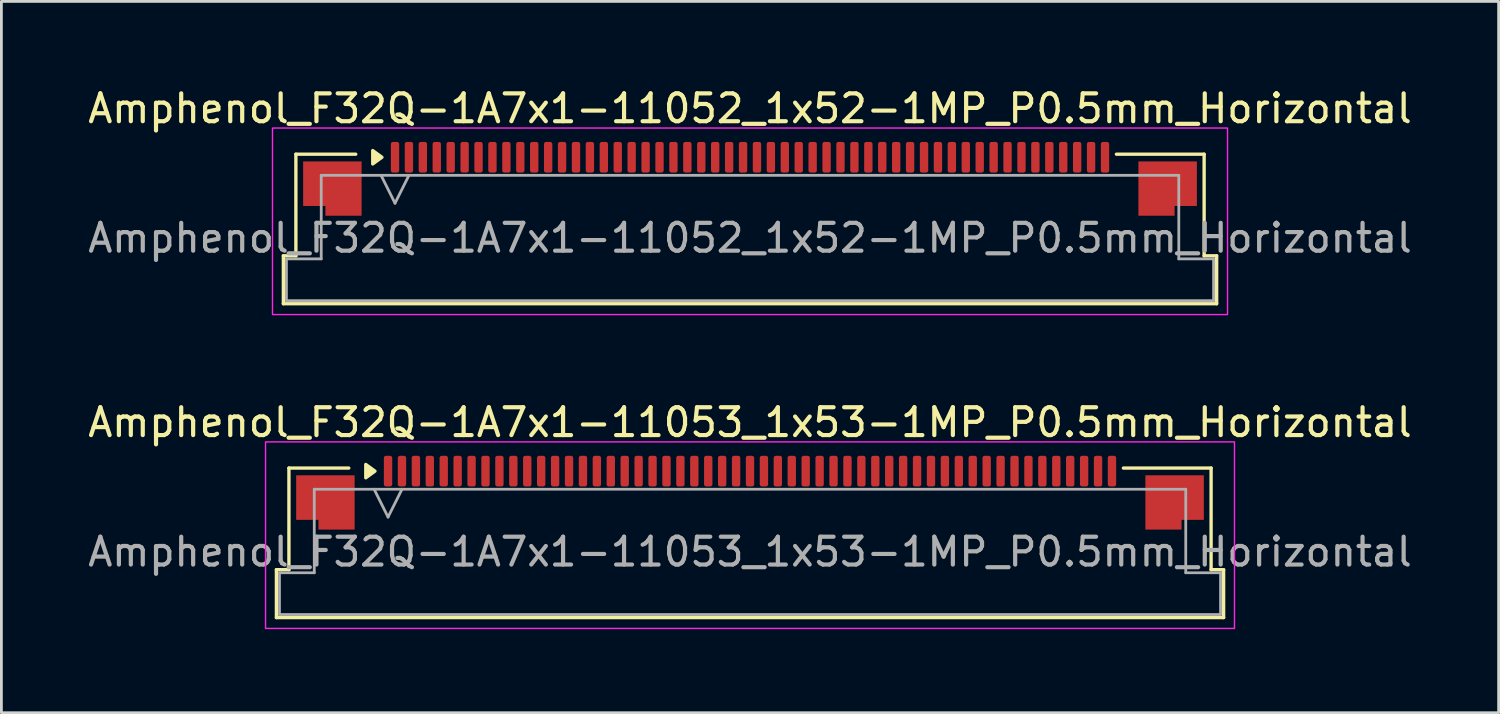
<source format=kicad_pcb>
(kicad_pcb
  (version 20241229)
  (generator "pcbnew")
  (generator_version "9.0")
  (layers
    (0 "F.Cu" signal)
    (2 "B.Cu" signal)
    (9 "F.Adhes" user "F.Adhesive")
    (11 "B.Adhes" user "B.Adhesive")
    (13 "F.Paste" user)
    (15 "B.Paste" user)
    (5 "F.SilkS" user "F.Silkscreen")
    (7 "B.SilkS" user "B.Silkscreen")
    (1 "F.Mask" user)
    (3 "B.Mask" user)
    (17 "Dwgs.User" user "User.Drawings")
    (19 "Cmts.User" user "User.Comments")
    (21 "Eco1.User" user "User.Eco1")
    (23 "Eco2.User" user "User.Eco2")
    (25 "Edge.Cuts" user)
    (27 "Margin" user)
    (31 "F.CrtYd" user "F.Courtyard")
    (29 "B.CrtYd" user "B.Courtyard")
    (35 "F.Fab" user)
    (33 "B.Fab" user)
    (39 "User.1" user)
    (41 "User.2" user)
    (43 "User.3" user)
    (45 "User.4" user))
  (footprint "Amphenol_F32Q-1A7x1-11053_1x53-1MP_P0.5mm_Horizontal"
    (layer "F.Cu")
    (at 23.887 16.771)
    (property "Reference" "Amphenol_F32Q-1A7x1-11053_1x53-1MP_P0.5mm_Horizontal" (at 0 -4.65 0) (layer "F.SilkS") (effects (font (size 1 1) (thickness 0.15))))
    (attr smd)
    (fp_line (start -17.01 0.64) (end -16.56 0.64) (stroke (width 0.12) (type solid)) (layer "F.SilkS"))
    (fp_line (start -17.01 2.36) (end -17.01 0.64) (stroke (width 0.12) (type solid)) (layer "F.SilkS"))
    (fp_line (start -16.56 -3.01) (end -14.41 -3.01) (stroke (width 0.12) (type solid)) (layer "F.SilkS"))
    (fp_line (start -16.56 0.64) (end -16.56 -3.01) (stroke (width 0.12) (type solid)) (layer "F.SilkS"))
    (fp_line (start 13.41 -3.01) (end 16.56 -3.01) (stroke (width 0.12) (type solid)) (layer "F.SilkS"))
    (fp_line (start 16.56 -3.01) (end 16.56 0.64) (stroke (width 0.12) (type solid)) (layer "F.SilkS"))
    (fp_line (start 16.56 0.64) (end 17.01 0.64) (stroke (width 0.12) (type solid)) (layer "F.SilkS"))
    (fp_line (start 17.01 0.64) (end 17.01 2.36) (stroke (width 0.12) (type solid)) (layer "F.SilkS"))
    (fp_line (start 17.01 2.36) (end -17.01 2.36) (stroke (width 0.12) (type solid)) (layer "F.SilkS"))
    (fp_poly (pts (xy -13.47 -2.9) (xy -13.8 -2.66) (xy -13.8 -3.14)) (stroke (width 0.12) (type solid)) (fill yes) (layer "F.SilkS"))
    (fp_rect (start -17.4 -3.95) (end 17.4 2.75) (stroke (width 0.05) (type solid)) (fill no) (layer "F.CrtYd"))
    (fp_line (start -16.9 0.75) (end -15.65 0.75) (stroke (width 0.1) (type solid)) (layer "F.Fab"))
    (fp_line (start -16.9 2.25) (end -16.9 0.75) (stroke (width 0.1) (type solid)) (layer "F.Fab"))
    (fp_line (start -15.65 -2.25) (end 15.65 -2.25) (stroke (width 0.1) (type solid)) (layer "F.Fab"))
    (fp_line (start -15.65 0.75) (end -15.65 -2.25) (stroke (width 0.1) (type solid)) (layer "F.Fab"))
    (fp_line (start -13.5 -2.25) (end -13 -1.25) (stroke (width 0.1) (type solid)) (layer "F.Fab"))
    (fp_line (start -13 -1.25) (end -12.5 -2.25) (stroke (width 0.1) (type solid)) (layer "F.Fab"))
    (fp_line (start 15.65 -2.25) (end 15.65 0.75) (stroke (width 0.1) (type solid)) (layer "F.Fab"))
    (fp_line (start 15.65 0.75) (end 16.9 0.75) (stroke (width 0.1) (type solid)) (layer "F.Fab"))
    (fp_line (start 16.9 0.75) (end 16.9 2.25) (stroke (width 0.1) (type solid)) (layer "F.Fab"))
    (fp_line (start 16.9 2.25) (end -16.9 2.25) (stroke (width 0.1) (type solid)) (layer "F.Fab"))
    (fp_text user "${REFERENCE}" (at 0 0 0) (layer "F.Fab") (effects (font (size 1 1) (thickness 0.15))))
    (pad "1" smd roundrect (at -13 -2.9) (size 0.3 1.1) (layers "F.Cu" "F.Mask" "F.Paste") (roundrect_rratio 0.25))
    (pad "2" smd roundrect (at -12.5 -2.9) (size 0.3 1.1) (layers "F.Cu" "F.Mask" "F.Paste") (roundrect_rratio 0.25))
    (pad "3" smd roundrect (at -12 -2.9) (size 0.3 1.1) (layers "F.Cu" "F.Mask" "F.Paste") (roundrect_rratio 0.25))
    (pad "4" smd roundrect (at -11.5 -2.9) (size 0.3 1.1) (layers "F.Cu" "F.Mask" "F.Paste") (roundrect_rratio 0.25))
    (pad "5" smd roundrect (at -11 -2.9) (size 0.3 1.1) (layers "F.Cu" "F.Mask" "F.Paste") (roundrect_rratio 0.25))
    (pad "6" smd roundrect (at -10.5 -2.9) (size 0.3 1.1) (layers "F.Cu" "F.Mask" "F.Paste") (roundrect_rratio 0.25))
    (pad "7" smd roundrect (at -10 -2.9) (size 0.3 1.1) (layers "F.Cu" "F.Mask" "F.Paste") (roundrect_rratio 0.25))
    (pad "8" smd roundrect (at -9.5 -2.9) (size 0.3 1.1) (layers "F.Cu" "F.Mask" "F.Paste") (roundrect_rratio 0.25))
    (pad "9" smd roundrect (at -9 -2.9) (size 0.3 1.1) (layers "F.Cu" "F.Mask" "F.Paste") (roundrect_rratio 0.25))
    (pad "10" smd roundrect (at -8.5 -2.9) (size 0.3 1.1) (layers "F.Cu" "F.Mask" "F.Paste") (roundrect_rratio 0.25))
    (pad "11" smd roundrect (at -8 -2.9) (size 0.3 1.1) (layers "F.Cu" "F.Mask" "F.Paste") (roundrect_rratio 0.25))
    (pad "12" smd roundrect (at -7.5 -2.9) (size 0.3 1.1) (layers "F.Cu" "F.Mask" "F.Paste") (roundrect_rratio 0.25))
    (pad "13" smd roundrect (at -7 -2.9) (size 0.3 1.1) (layers "F.Cu" "F.Mask" "F.Paste") (roundrect_rratio 0.25))
    (pad "14" smd roundrect (at -6.5 -2.9) (size 0.3 1.1) (layers "F.Cu" "F.Mask" "F.Paste") (roundrect_rratio 0.25))
    (pad "15" smd roundrect (at -6 -2.9) (size 0.3 1.1) (layers "F.Cu" "F.Mask" "F.Paste") (roundrect_rratio 0.25))
    (pad "16" smd roundrect (at -5.5 -2.9) (size 0.3 1.1) (layers "F.Cu" "F.Mask" "F.Paste") (roundrect_rratio 0.25))
    (pad "17" smd roundrect (at -5 -2.9) (size 0.3 1.1) (layers "F.Cu" "F.Mask" "F.Paste") (roundrect_rratio 0.25))
    (pad "18" smd roundrect (at -4.5 -2.9) (size 0.3 1.1) (layers "F.Cu" "F.Mask" "F.Paste") (roundrect_rratio 0.25))
    (pad "19" smd roundrect (at -4 -2.9) (size 0.3 1.1) (layers "F.Cu" "F.Mask" "F.Paste") (roundrect_rratio 0.25))
    (pad "20" smd roundrect (at -3.5 -2.9) (size 0.3 1.1) (layers "F.Cu" "F.Mask" "F.Paste") (roundrect_rratio 0.25))
    (pad "21" smd roundrect (at -3 -2.9) (size 0.3 1.1) (layers "F.Cu" "F.Mask" "F.Paste") (roundrect_rratio 0.25))
    (pad "22" smd roundrect (at -2.5 -2.9) (size 0.3 1.1) (layers "F.Cu" "F.Mask" "F.Paste") (roundrect_rratio 0.25))
    (pad "23" smd roundrect (at -2 -2.9) (size 0.3 1.1) (layers "F.Cu" "F.Mask" "F.Paste") (roundrect_rratio 0.25))
    (pad "24" smd roundrect (at -1.5 -2.9) (size 0.3 1.1) (layers "F.Cu" "F.Mask" "F.Paste") (roundrect_rratio 0.25))
    (pad "25" smd roundrect (at -1 -2.9) (size 0.3 1.1) (layers "F.Cu" "F.Mask" "F.Paste") (roundrect_rratio 0.25))
    (pad "26" smd roundrect (at -0.5 -2.9) (size 0.3 1.1) (layers "F.Cu" "F.Mask" "F.Paste") (roundrect_rratio 0.25))
    (pad "27" smd roundrect (at 0 -2.9) (size 0.3 1.1) (layers "F.Cu" "F.Mask" "F.Paste") (roundrect_rratio 0.25))
    (pad "28" smd roundrect (at 0.5 -2.9) (size 0.3 1.1) (layers "F.Cu" "F.Mask" "F.Paste") (roundrect_rratio 0.25))
    (pad "29" smd roundrect (at 1 -2.9) (size 0.3 1.1) (layers "F.Cu" "F.Mask" "F.Paste") (roundrect_rratio 0.25))
    (pad "30" smd roundrect (at 1.5 -2.9) (size 0.3 1.1) (layers "F.Cu" "F.Mask" "F.Paste") (roundrect_rratio 0.25))
    (pad "31" smd roundrect (at 2 -2.9) (size 0.3 1.1) (layers "F.Cu" "F.Mask" "F.Paste") (roundrect_rratio 0.25))
    (pad "32" smd roundrect (at 2.5 -2.9) (size 0.3 1.1) (layers "F.Cu" "F.Mask" "F.Paste") (roundrect_rratio 0.25))
    (pad "33" smd roundrect (at 3 -2.9) (size 0.3 1.1) (layers "F.Cu" "F.Mask" "F.Paste") (roundrect_rratio 0.25))
    (pad "34" smd roundrect (at 3.5 -2.9) (size 0.3 1.1) (layers "F.Cu" "F.Mask" "F.Paste") (roundrect_rratio 0.25))
    (pad "35" smd roundrect (at 4 -2.9) (size 0.3 1.1) (layers "F.Cu" "F.Mask" "F.Paste") (roundrect_rratio 0.25))
    (pad "36" smd roundrect (at 4.5 -2.9) (size 0.3 1.1) (layers "F.Cu" "F.Mask" "F.Paste") (roundrect_rratio 0.25))
    (pad "37" smd roundrect (at 5 -2.9) (size 0.3 1.1) (layers "F.Cu" "F.Mask" "F.Paste") (roundrect_rratio 0.25))
    (pad "38" smd roundrect (at 5.5 -2.9) (size 0.3 1.1) (layers "F.Cu" "F.Mask" "F.Paste") (roundrect_rratio 0.25))
    (pad "39" smd roundrect (at 6 -2.9) (size 0.3 1.1) (layers "F.Cu" "F.Mask" "F.Paste") (roundrect_rratio 0.25))
    (pad "40" smd roundrect (at 6.5 -2.9) (size 0.3 1.1) (layers "F.Cu" "F.Mask" "F.Paste") (roundrect_rratio 0.25))
    (pad "41" smd roundrect (at 7 -2.9) (size 0.3 1.1) (layers "F.Cu" "F.Mask" "F.Paste") (roundrect_rratio 0.25))
    (pad "42" smd roundrect (at 7.5 -2.9) (size 0.3 1.1) (layers "F.Cu" "F.Mask" "F.Paste") (roundrect_rratio 0.25))
    (pad "43" smd roundrect (at 8 -2.9) (size 0.3 1.1) (layers "F.Cu" "F.Mask" "F.Paste") (roundrect_rratio 0.25))
    (pad "44" smd roundrect (at 8.5 -2.9) (size 0.3 1.1) (layers "F.Cu" "F.Mask" "F.Paste") (roundrect_rratio 0.25))
    (pad "45" smd roundrect (at 9 -2.9) (size 0.3 1.1) (layers "F.Cu" "F.Mask" "F.Paste") (roundrect_rratio 0.25))
    (pad "46" smd roundrect (at 9.5 -2.9) (size 0.3 1.1) (layers "F.Cu" "F.Mask" "F.Paste") (roundrect_rratio 0.25))
    (pad "47" smd roundrect (at 10 -2.9) (size 0.3 1.1) (layers "F.Cu" "F.Mask" "F.Paste") (roundrect_rratio 0.25))
    (pad "48" smd roundrect (at 10.5 -2.9) (size 0.3 1.1) (layers "F.Cu" "F.Mask" "F.Paste") (roundrect_rratio 0.25))
    (pad "49" smd roundrect (at 11 -2.9) (size 0.3 1.1) (layers "F.Cu" "F.Mask" "F.Paste") (roundrect_rratio 0.25))
    (pad "50" smd roundrect (at 11.5 -2.9) (size 0.3 1.1) (layers "F.Cu" "F.Mask" "F.Paste") (roundrect_rratio 0.25))
    (pad "51" smd roundrect (at 12 -2.9) (size 0.3 1.1) (layers "F.Cu" "F.Mask" "F.Paste") (roundrect_rratio 0.25))
    (pad "52" smd roundrect (at 12.5 -2.9) (size 0.3 1.1) (layers "F.Cu" "F.Mask" "F.Paste") (roundrect_rratio 0.25))
    (pad "53" smd roundrect (at 13 -2.9) (size 0.3 1.1) (layers "F.Cu" "F.Mask" "F.Paste") (roundrect_rratio 0.25))
    (pad "MP" smd custom (at -15.25 -1.775) (size 1 1) (layers "F.Cu" "F.Mask" "F.Paste") (options (anchor circle)) (primitives (gr_poly (pts (xy 1.05 -0.975) (xy 1.05 0.975) (xy -0.25 0.975) (xy -0.25 0.625) (xy -1.05 0.625) (xy -1.05 -0.975)) (width 0) (fill yes))))
    (pad "MP" smd custom (at 15.25 -1.775) (size 1 1) (layers "F.Cu" "F.Mask" "F.Paste") (options (anchor circle)) (primitives (gr_poly (pts (xy -1.05 -0.975) (xy -1.05 0.975) (xy 0.25 0.975) (xy 0.25 0.625) (xy 1.05 0.625) (xy 1.05 -0.975)) (width 0) (fill yes)))))
  (footprint "Amphenol_F32Q-1A7x1-11052_1x52-1MP_P0.5mm_Horizontal"
    (layer "F.Cu")
    (at 23.887 5.498)
    (property "Reference" "Amphenol_F32Q-1A7x1-11052_1x52-1MP_P0.5mm_Horizontal" (at 0 -4.65 0) (layer "F.SilkS") (effects (font (size 1 1) (thickness 0.15))))
    (attr smd)
    (fp_line (start -16.76 0.64) (end -16.31 0.64) (stroke (width 0.12) (type solid)) (layer "F.SilkS"))
    (fp_line (start -16.76 2.36) (end -16.76 0.64) (stroke (width 0.12) (type solid)) (layer "F.SilkS"))
    (fp_line (start -16.31 -3.01) (end -14.16 -3.01) (stroke (width 0.12) (type solid)) (layer "F.SilkS"))
    (fp_line (start -16.31 0.64) (end -16.31 -3.01) (stroke (width 0.12) (type solid)) (layer "F.SilkS"))
    (fp_line (start 13.16 -3.01) (end 16.31 -3.01) (stroke (width 0.12) (type solid)) (layer "F.SilkS"))
    (fp_line (start 16.31 -3.01) (end 16.31 0.64) (stroke (width 0.12) (type solid)) (layer "F.SilkS"))
    (fp_line (start 16.31 0.64) (end 16.76 0.64) (stroke (width 0.12) (type solid)) (layer "F.SilkS"))
    (fp_line (start 16.76 0.64) (end 16.76 2.36) (stroke (width 0.12) (type solid)) (layer "F.SilkS"))
    (fp_line (start 16.76 2.36) (end -16.76 2.36) (stroke (width 0.12) (type solid)) (layer "F.SilkS"))
    (fp_poly (pts (xy -13.22 -2.9) (xy -13.55 -2.66) (xy -13.55 -3.14)) (stroke (width 0.12) (type solid)) (fill yes) (layer "F.SilkS"))
    (fp_rect (start -17.15 -3.95) (end 17.15 2.75) (stroke (width 0.05) (type solid)) (fill no) (layer "F.CrtYd"))
    (fp_line (start -16.65 0.75) (end -15.4 0.75) (stroke (width 0.1) (type solid)) (layer "F.Fab"))
    (fp_line (start -16.65 2.25) (end -16.65 0.75) (stroke (width 0.1) (type solid)) (layer "F.Fab"))
    (fp_line (start -15.4 -2.25) (end 15.4 -2.25) (stroke (width 0.1) (type solid)) (layer "F.Fab"))
    (fp_line (start -15.4 0.75) (end -15.4 -2.25) (stroke (width 0.1) (type solid)) (layer "F.Fab"))
    (fp_line (start -13.25 -2.25) (end -12.75 -1.25) (stroke (width 0.1) (type solid)) (layer "F.Fab"))
    (fp_line (start -12.75 -1.25) (end -12.25 -2.25) (stroke (width 0.1) (type solid)) (layer "F.Fab"))
    (fp_line (start 15.4 -2.25) (end 15.4 0.75) (stroke (width 0.1) (type solid)) (layer "F.Fab"))
    (fp_line (start 15.4 0.75) (end 16.65 0.75) (stroke (width 0.1) (type solid)) (layer "F.Fab"))
    (fp_line (start 16.65 0.75) (end 16.65 2.25) (stroke (width 0.1) (type solid)) (layer "F.Fab"))
    (fp_line (start 16.65 2.25) (end -16.65 2.25) (stroke (width 0.1) (type solid)) (layer "F.Fab"))
    (fp_text user "${REFERENCE}" (at 0 0 0) (layer "F.Fab") (effects (font (size 1 1) (thickness 0.15))))
    (pad "1" smd roundrect (at -12.75 -2.9) (size 0.3 1.1) (layers "F.Cu" "F.Mask" "F.Paste") (roundrect_rratio 0.25))
    (pad "2" smd roundrect (at -12.25 -2.9) (size 0.3 1.1) (layers "F.Cu" "F.Mask" "F.Paste") (roundrect_rratio 0.25))
    (pad "3" smd roundrect (at -11.75 -2.9) (size 0.3 1.1) (layers "F.Cu" "F.Mask" "F.Paste") (roundrect_rratio 0.25))
    (pad "4" smd roundrect (at -11.25 -2.9) (size 0.3 1.1) (layers "F.Cu" "F.Mask" "F.Paste") (roundrect_rratio 0.25))
    (pad "5" smd roundrect (at -10.75 -2.9) (size 0.3 1.1) (layers "F.Cu" "F.Mask" "F.Paste") (roundrect_rratio 0.25))
    (pad "6" smd roundrect (at -10.25 -2.9) (size 0.3 1.1) (layers "F.Cu" "F.Mask" "F.Paste") (roundrect_rratio 0.25))
    (pad "7" smd roundrect (at -9.75 -2.9) (size 0.3 1.1) (layers "F.Cu" "F.Mask" "F.Paste") (roundrect_rratio 0.25))
    (pad "8" smd roundrect (at -9.25 -2.9) (size 0.3 1.1) (layers "F.Cu" "F.Mask" "F.Paste") (roundrect_rratio 0.25))
    (pad "9" smd roundrect (at -8.75 -2.9) (size 0.3 1.1) (layers "F.Cu" "F.Mask" "F.Paste") (roundrect_rratio 0.25))
    (pad "10" smd roundrect (at -8.25 -2.9) (size 0.3 1.1) (layers "F.Cu" "F.Mask" "F.Paste") (roundrect_rratio 0.25))
    (pad "11" smd roundrect (at -7.75 -2.9) (size 0.3 1.1) (layers "F.Cu" "F.Mask" "F.Paste") (roundrect_rratio 0.25))
    (pad "12" smd roundrect (at -7.25 -2.9) (size 0.3 1.1) (layers "F.Cu" "F.Mask" "F.Paste") (roundrect_rratio 0.25))
    (pad "13" smd roundrect (at -6.75 -2.9) (size 0.3 1.1) (layers "F.Cu" "F.Mask" "F.Paste") (roundrect_rratio 0.25))
    (pad "14" smd roundrect (at -6.25 -2.9) (size 0.3 1.1) (layers "F.Cu" "F.Mask" "F.Paste") (roundrect_rratio 0.25))
    (pad "15" smd roundrect (at -5.75 -2.9) (size 0.3 1.1) (layers "F.Cu" "F.Mask" "F.Paste") (roundrect_rratio 0.25))
    (pad "16" smd roundrect (at -5.25 -2.9) (size 0.3 1.1) (layers "F.Cu" "F.Mask" "F.Paste") (roundrect_rratio 0.25))
    (pad "17" smd roundrect (at -4.75 -2.9) (size 0.3 1.1) (layers "F.Cu" "F.Mask" "F.Paste") (roundrect_rratio 0.25))
    (pad "18" smd roundrect (at -4.25 -2.9) (size 0.3 1.1) (layers "F.Cu" "F.Mask" "F.Paste") (roundrect_rratio 0.25))
    (pad "19" smd roundrect (at -3.75 -2.9) (size 0.3 1.1) (layers "F.Cu" "F.Mask" "F.Paste") (roundrect_rratio 0.25))
    (pad "20" smd roundrect (at -3.25 -2.9) (size 0.3 1.1) (layers "F.Cu" "F.Mask" "F.Paste") (roundrect_rratio 0.25))
    (pad "21" smd roundrect (at -2.75 -2.9) (size 0.3 1.1) (layers "F.Cu" "F.Mask" "F.Paste") (roundrect_rratio 0.25))
    (pad "22" smd roundrect (at -2.25 -2.9) (size 0.3 1.1) (layers "F.Cu" "F.Mask" "F.Paste") (roundrect_rratio 0.25))
    (pad "23" smd roundrect (at -1.75 -2.9) (size 0.3 1.1) (layers "F.Cu" "F.Mask" "F.Paste") (roundrect_rratio 0.25))
    (pad "24" smd roundrect (at -1.25 -2.9) (size 0.3 1.1) (layers "F.Cu" "F.Mask" "F.Paste") (roundrect_rratio 0.25))
    (pad "25" smd roundrect (at -0.75 -2.9) (size 0.3 1.1) (layers "F.Cu" "F.Mask" "F.Paste") (roundrect_rratio 0.25))
    (pad "26" smd roundrect (at -0.25 -2.9) (size 0.3 1.1) (layers "F.Cu" "F.Mask" "F.Paste") (roundrect_rratio 0.25))
    (pad "27" smd roundrect (at 0.25 -2.9) (size 0.3 1.1) (layers "F.Cu" "F.Mask" "F.Paste") (roundrect_rratio 0.25))
    (pad "28" smd roundrect (at 0.75 -2.9) (size 0.3 1.1) (layers "F.Cu" "F.Mask" "F.Paste") (roundrect_rratio 0.25))
    (pad "29" smd roundrect (at 1.25 -2.9) (size 0.3 1.1) (layers "F.Cu" "F.Mask" "F.Paste") (roundrect_rratio 0.25))
    (pad "30" smd roundrect (at 1.75 -2.9) (size 0.3 1.1) (layers "F.Cu" "F.Mask" "F.Paste") (roundrect_rratio 0.25))
    (pad "31" smd roundrect (at 2.25 -2.9) (size 0.3 1.1) (layers "F.Cu" "F.Mask" "F.Paste") (roundrect_rratio 0.25))
    (pad "32" smd roundrect (at 2.75 -2.9) (size 0.3 1.1) (layers "F.Cu" "F.Mask" "F.Paste") (roundrect_rratio 0.25))
    (pad "33" smd roundrect (at 3.25 -2.9) (size 0.3 1.1) (layers "F.Cu" "F.Mask" "F.Paste") (roundrect_rratio 0.25))
    (pad "34" smd roundrect (at 3.75 -2.9) (size 0.3 1.1) (layers "F.Cu" "F.Mask" "F.Paste") (roundrect_rratio 0.25))
    (pad "35" smd roundrect (at 4.25 -2.9) (size 0.3 1.1) (layers "F.Cu" "F.Mask" "F.Paste") (roundrect_rratio 0.25))
    (pad "36" smd roundrect (at 4.75 -2.9) (size 0.3 1.1) (layers "F.Cu" "F.Mask" "F.Paste") (roundrect_rratio 0.25))
    (pad "37" smd roundrect (at 5.25 -2.9) (size 0.3 1.1) (layers "F.Cu" "F.Mask" "F.Paste") (roundrect_rratio 0.25))
    (pad "38" smd roundrect (at 5.75 -2.9) (size 0.3 1.1) (layers "F.Cu" "F.Mask" "F.Paste") (roundrect_rratio 0.25))
    (pad "39" smd roundrect (at 6.25 -2.9) (size 0.3 1.1) (layers "F.Cu" "F.Mask" "F.Paste") (roundrect_rratio 0.25))
    (pad "40" smd roundrect (at 6.75 -2.9) (size 0.3 1.1) (layers "F.Cu" "F.Mask" "F.Paste") (roundrect_rratio 0.25))
    (pad "41" smd roundrect (at 7.25 -2.9) (size 0.3 1.1) (layers "F.Cu" "F.Mask" "F.Paste") (roundrect_rratio 0.25))
    (pad "42" smd roundrect (at 7.75 -2.9) (size 0.3 1.1) (layers "F.Cu" "F.Mask" "F.Paste") (roundrect_rratio 0.25))
    (pad "43" smd roundrect (at 8.25 -2.9) (size 0.3 1.1) (layers "F.Cu" "F.Mask" "F.Paste") (roundrect_rratio 0.25))
    (pad "44" smd roundrect (at 8.75 -2.9) (size 0.3 1.1) (layers "F.Cu" "F.Mask" "F.Paste") (roundrect_rratio 0.25))
    (pad "45" smd roundrect (at 9.25 -2.9) (size 0.3 1.1) (layers "F.Cu" "F.Mask" "F.Paste") (roundrect_rratio 0.25))
    (pad "46" smd roundrect (at 9.75 -2.9) (size 0.3 1.1) (layers "F.Cu" "F.Mask" "F.Paste") (roundrect_rratio 0.25))
    (pad "47" smd roundrect (at 10.25 -2.9) (size 0.3 1.1) (layers "F.Cu" "F.Mask" "F.Paste") (roundrect_rratio 0.25))
    (pad "48" smd roundrect (at 10.75 -2.9) (size 0.3 1.1) (layers "F.Cu" "F.Mask" "F.Paste") (roundrect_rratio 0.25))
    (pad "49" smd roundrect (at 11.25 -2.9) (size 0.3 1.1) (layers "F.Cu" "F.Mask" "F.Paste") (roundrect_rratio 0.25))
    (pad "50" smd roundrect (at 11.75 -2.9) (size 0.3 1.1) (layers "F.Cu" "F.Mask" "F.Paste") (roundrect_rratio 0.25))
    (pad "51" smd roundrect (at 12.25 -2.9) (size 0.3 1.1) (layers "F.Cu" "F.Mask" "F.Paste") (roundrect_rratio 0.25))
    (pad "52" smd roundrect (at 12.75 -2.9) (size 0.3 1.1) (layers "F.Cu" "F.Mask" "F.Paste") (roundrect_rratio 0.25))
    (pad "MP" smd custom (at -15 -1.775) (size 1 1) (layers "F.Cu" "F.Mask" "F.Paste") (options (anchor circle)) (primitives (gr_poly (pts (xy 1.05 -0.975) (xy 1.05 0.975) (xy -0.25 0.975) (xy -0.25 0.625) (xy -1.05 0.625) (xy -1.05 -0.975)) (width 0) (fill yes))))
    (pad "MP" smd custom (at 15 -1.775) (size 1 1) (layers "F.Cu" "F.Mask" "F.Paste") (options (anchor circle)) (primitives (gr_poly (pts (xy -1.05 -0.975) (xy -1.05 0.975) (xy 0.25 0.975) (xy 0.25 0.625) (xy 1.05 0.625) (xy 1.05 -0.975)) (width 0) (fill yes)))))
  (gr_rect
    (start -3 -3)
    (end 50.774 22.547)
    (stroke (width 0.1) (type default))
    (fill no)
    (layer "Edge.Cuts")))
</source>
